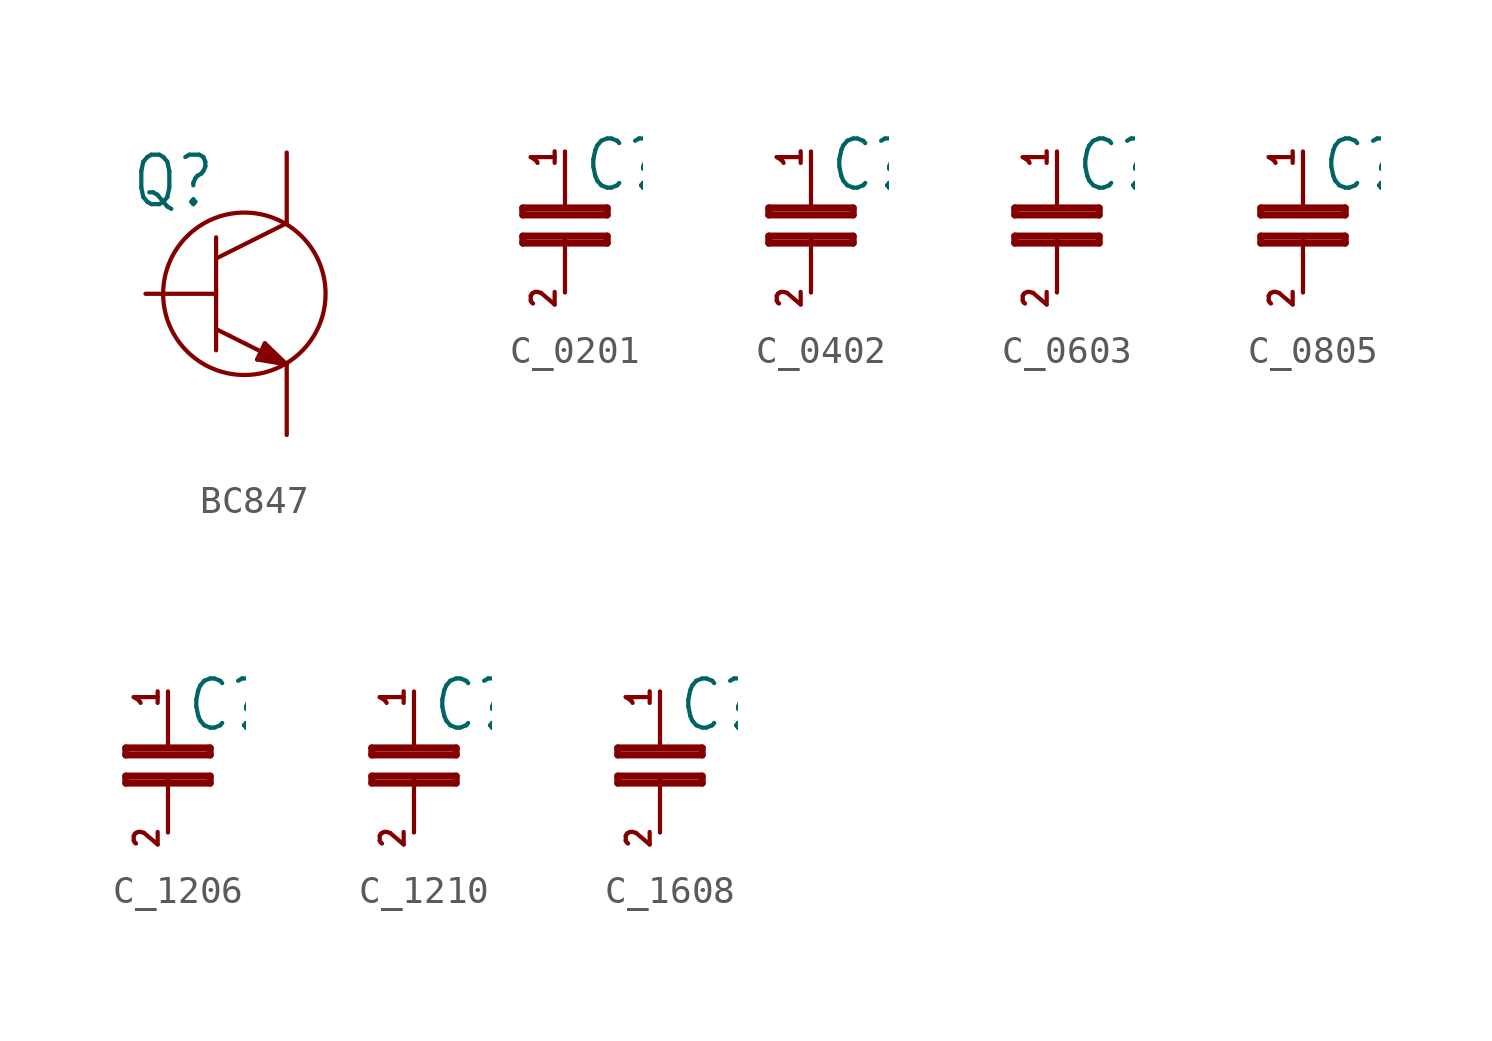
<source format=kicad_sym>
(kicad_symbol_lib
  (version 20241209)
  (generator "kicad_symbol_editor")
  (generator_version "9.0")
  (symbol "BC847"
    (property "Reference" "Q"
      (at 0 5.08 0)
      (effects (font (size 1.778 1.511)) (justify right top)))
    (property "Value" ""
      (at 5.08 5.08 90)
      (effects (font (size 1.778 1.511)) (justify right top)))
    (property "ki_locked" ""
      (at 0 0 0)
      (effects (font (size 1.27 1.27))))
    (symbol "BC847_1_0"
      (polyline (pts (xy 0 2.032) (xy 0 1.27)) (stroke (width 0.152) (type solid)) (fill (type none)))
      (polyline (pts (xy 0 1.27) (xy 0 -1.27)) (stroke (width 0.152) (type solid)) (fill (type none)))
      (polyline (pts (xy 0 -1.27) (xy 0 -2.032)) (stroke (width 0.152) (type solid)) (fill (type none)))
      (polyline (pts (xy 0 -1.27) (xy 2.54 -2.54)) (stroke (width 0.152) (type solid)) (fill (type none)))
      (circle (center 1.016 0) (radius 2.921) (stroke (width 0.152) (type solid)) (fill (type none)))
      (polyline (pts (xy 1.473 -2.362) (xy 1.753 -1.778)) (stroke (width 0.152) (type solid)) (fill (type none)))
      (polyline (pts (xy 1.473 -2.362) (xy 2.54 -2.54)) (stroke (width 0.152) (type solid)) (fill (type none)))
      (polyline (pts (xy 1.6 -2.235) (xy 2.032 -2.337)) (stroke (width 0.152) (type solid)) (fill (type none)))
      (polyline (pts (xy 1.727 -1.956) (xy 2.261 -2.337)) (stroke (width 0.152) (type solid)) (fill (type none)))
      (polyline (pts (xy 1.753 -1.778) (xy 2.54 -2.54)) (stroke (width 0.152) (type solid)) (fill (type none)))
      (polyline (pts (xy 2.54 2.54) (xy 0 1.27)) (stroke (width 0.152) (type solid)) (fill (type none)))
      (pin passive line (at -2.54 0 0) (length 2.54) (name "B" (effects (font (size 0 0)))) (number "1" (effects (font (size 0 0)))))
      (pin passive line (at 2.54 5.08 270) (length 2.54) (name "C" (effects (font (size 0 0)))) (number "3" (effects (font (size 0 0)))))
      (pin passive line (at 2.54 -5.08 90) (length 2.54) (name "E" (effects (font (size 0 0)))) (number "2" (effects (font (size 0 0)))))))
  (symbol "C_0201"
    (property "Reference" "C"
      (at 0.635 1.016 0)
      (effects (font (size 1.778 1.511)) (justify left bottom)))
    (property "Value" ""
      (at 0.508 -2.857 0)
      (effects (font (size 1.778 1.511)) (justify left bottom)))
    (property "ki_locked" ""
      (at 0 0 0)
      (effects (font (size 1.27 1.27))))
    (symbol "C_0201_1_0"
      (polyline (pts (xy -1.524 0.508) (xy -1.524 0.254)) (stroke (width 0.254) (type solid)) (fill (type none)))
      (polyline (pts (xy -1.524 0.254) (xy 1.524 0.254)) (stroke (width 0.254) (type solid)) (fill (type none)))
      (polyline (pts (xy -1.524 -0.508) (xy 1.524 -0.508)) (stroke (width 0.254) (type solid)) (fill (type none)))
      (polyline (pts (xy -1.524 -0.762) (xy -1.524 -0.508)) (stroke (width 0.254) (type solid)) (fill (type none)))
      (polyline (pts (xy 0 2.54) (xy 0 0.635)) (stroke (width 0.152) (type solid)) (fill (type none)))
      (polyline (pts (xy 0 -2.54) (xy 0 -0.635)) (stroke (width 0.152) (type solid)) (fill (type none)))
      (polyline (pts (xy 1.524 0.508) (xy -1.524 0.508)) (stroke (width 0.254) (type solid)) (fill (type none)))
      (polyline (pts (xy 1.524 0.254) (xy 1.524 0.508)) (stroke (width 0.254) (type solid)) (fill (type none)))
      (polyline (pts (xy 1.524 -0.508) (xy 1.524 -0.762)) (stroke (width 0.254) (type solid)) (fill (type none)))
      (polyline (pts (xy 1.524 -0.762) (xy -1.524 -0.762)) (stroke (width 0.254) (type solid)) (fill (type none)))
      (text "1" (at -1.27 2.794 900) (effects (font (size 0.864 0.734)) (justify right top)))
      (text "2" (at -1.27 -2.286 900) (effects (font (size 0.864 0.734)) (justify right top)))
      (pin passive line (at 0 2.54 270) (length 0) (name "1" (effects (font (size 0 0)))) (number "1" (effects (font (size 0 0)))))
      (pin passive line (at 0 -2.54 90) (length 0) (name "2" (effects (font (size 0 0)))) (number "2" (effects (font (size 0 0)))))))
  (symbol "C_0402"
    (property "Reference" "C"
      (at 0.635 1.016 0)
      (effects (font (size 1.778 1.511)) (justify left bottom)))
    (property "Value" ""
      (at 0.508 -2.857 0)
      (effects (font (size 1.778 1.511)) (justify left bottom)))
    (property "ki_locked" ""
      (at 0 0 0)
      (effects (font (size 1.27 1.27))))
    (symbol "C_0402_1_0"
      (polyline (pts (xy -1.524 0.508) (xy -1.524 0.254)) (stroke (width 0.254) (type solid)) (fill (type none)))
      (polyline (pts (xy -1.524 0.254) (xy 1.524 0.254)) (stroke (width 0.254) (type solid)) (fill (type none)))
      (polyline (pts (xy -1.524 -0.508) (xy 1.524 -0.508)) (stroke (width 0.254) (type solid)) (fill (type none)))
      (polyline (pts (xy -1.524 -0.762) (xy -1.524 -0.508)) (stroke (width 0.254) (type solid)) (fill (type none)))
      (polyline (pts (xy 0 2.54) (xy 0 0.635)) (stroke (width 0.152) (type solid)) (fill (type none)))
      (polyline (pts (xy 0 -2.54) (xy 0 -0.635)) (stroke (width 0.152) (type solid)) (fill (type none)))
      (polyline (pts (xy 1.524 0.508) (xy -1.524 0.508)) (stroke (width 0.254) (type solid)) (fill (type none)))
      (polyline (pts (xy 1.524 0.254) (xy 1.524 0.508)) (stroke (width 0.254) (type solid)) (fill (type none)))
      (polyline (pts (xy 1.524 -0.508) (xy 1.524 -0.762)) (stroke (width 0.254) (type solid)) (fill (type none)))
      (polyline (pts (xy 1.524 -0.762) (xy -1.524 -0.762)) (stroke (width 0.254) (type solid)) (fill (type none)))
      (text "1" (at -1.27 2.794 900) (effects (font (size 0.864 0.734)) (justify right top)))
      (text "2" (at -1.27 -2.286 900) (effects (font (size 0.864 0.734)) (justify right top)))
      (pin passive line (at 0 2.54 270) (length 0) (name "1" (effects (font (size 0 0)))) (number "1" (effects (font (size 0 0)))))
      (pin passive line (at 0 -2.54 90) (length 0) (name "2" (effects (font (size 0 0)))) (number "2" (effects (font (size 0 0)))))))
  (symbol "C_0603"
    (property "Reference" "C"
      (at 0.635 1.016 0)
      (effects (font (size 1.778 1.511)) (justify left bottom)))
    (property "Value" ""
      (at 0.508 -2.857 0)
      (effects (font (size 1.778 1.511)) (justify left bottom)))
    (property "ki_locked" ""
      (at 0 0 0)
      (effects (font (size 1.27 1.27))))
    (symbol "C_0603_1_0"
      (polyline (pts (xy -1.524 0.508) (xy -1.524 0.254)) (stroke (width 0.254) (type solid)) (fill (type none)))
      (polyline (pts (xy -1.524 0.254) (xy 1.524 0.254)) (stroke (width 0.254) (type solid)) (fill (type none)))
      (polyline (pts (xy -1.524 -0.508) (xy 1.524 -0.508)) (stroke (width 0.254) (type solid)) (fill (type none)))
      (polyline (pts (xy -1.524 -0.762) (xy -1.524 -0.508)) (stroke (width 0.254) (type solid)) (fill (type none)))
      (polyline (pts (xy 0 2.54) (xy 0 0.635)) (stroke (width 0.152) (type solid)) (fill (type none)))
      (polyline (pts (xy 0 -2.54) (xy 0 -0.635)) (stroke (width 0.152) (type solid)) (fill (type none)))
      (polyline (pts (xy 1.524 0.508) (xy -1.524 0.508)) (stroke (width 0.254) (type solid)) (fill (type none)))
      (polyline (pts (xy 1.524 0.254) (xy 1.524 0.508)) (stroke (width 0.254) (type solid)) (fill (type none)))
      (polyline (pts (xy 1.524 -0.508) (xy 1.524 -0.762)) (stroke (width 0.254) (type solid)) (fill (type none)))
      (polyline (pts (xy 1.524 -0.762) (xy -1.524 -0.762)) (stroke (width 0.254) (type solid)) (fill (type none)))
      (text "1" (at -1.27 2.794 900) (effects (font (size 0.864 0.734)) (justify right top)))
      (text "2" (at -1.27 -2.286 900) (effects (font (size 0.864 0.734)) (justify right top)))
      (pin passive line (at 0 2.54 270) (length 0) (name "1" (effects (font (size 0 0)))) (number "1" (effects (font (size 0 0)))))
      (pin passive line (at 0 -2.54 90) (length 0) (name "2" (effects (font (size 0 0)))) (number "2" (effects (font (size 0 0)))))))
  (symbol "C_0805"
    (property "Reference" "C"
      (at 0.635 1.016 0)
      (effects (font (size 1.778 1.511)) (justify left bottom)))
    (property "Value" ""
      (at 0.508 -2.857 0)
      (effects (font (size 1.778 1.511)) (justify left bottom)))
    (property "ki_locked" ""
      (at 0 0 0)
      (effects (font (size 1.27 1.27))))
    (symbol "C_0805_1_0"
      (polyline (pts (xy -1.524 0.508) (xy -1.524 0.254)) (stroke (width 0.254) (type solid)) (fill (type none)))
      (polyline (pts (xy -1.524 0.254) (xy 1.524 0.254)) (stroke (width 0.254) (type solid)) (fill (type none)))
      (polyline (pts (xy -1.524 -0.508) (xy 1.524 -0.508)) (stroke (width 0.254) (type solid)) (fill (type none)))
      (polyline (pts (xy -1.524 -0.762) (xy -1.524 -0.508)) (stroke (width 0.254) (type solid)) (fill (type none)))
      (polyline (pts (xy 0 2.54) (xy 0 0.635)) (stroke (width 0.152) (type solid)) (fill (type none)))
      (polyline (pts (xy 0 -2.54) (xy 0 -0.635)) (stroke (width 0.152) (type solid)) (fill (type none)))
      (polyline (pts (xy 1.524 0.508) (xy -1.524 0.508)) (stroke (width 0.254) (type solid)) (fill (type none)))
      (polyline (pts (xy 1.524 0.254) (xy 1.524 0.508)) (stroke (width 0.254) (type solid)) (fill (type none)))
      (polyline (pts (xy 1.524 -0.508) (xy 1.524 -0.762)) (stroke (width 0.254) (type solid)) (fill (type none)))
      (polyline (pts (xy 1.524 -0.762) (xy -1.524 -0.762)) (stroke (width 0.254) (type solid)) (fill (type none)))
      (text "1" (at -1.27 2.794 900) (effects (font (size 0.864 0.734)) (justify right top)))
      (text "2" (at -1.27 -2.286 900) (effects (font (size 0.864 0.734)) (justify right top)))
      (pin passive line (at 0 2.54 270) (length 0) (name "1" (effects (font (size 0 0)))) (number "1" (effects (font (size 0 0)))))
      (pin passive line (at 0 -2.54 90) (length 0) (name "2" (effects (font (size 0 0)))) (number "2" (effects (font (size 0 0)))))))
  (symbol "C_1206"
    (property "Reference" "C"
      (at 0.635 1.016 0)
      (effects (font (size 1.778 1.511)) (justify left bottom)))
    (property "Value" ""
      (at 0.508 -2.857 0)
      (effects (font (size 1.778 1.511)) (justify left bottom)))
    (property "ki_locked" ""
      (at 0 0 0)
      (effects (font (size 1.27 1.27))))
    (symbol "C_1206_1_0"
      (polyline (pts (xy -1.524 0.508) (xy -1.524 0.254)) (stroke (width 0.254) (type solid)) (fill (type none)))
      (polyline (pts (xy -1.524 0.254) (xy 1.524 0.254)) (stroke (width 0.254) (type solid)) (fill (type none)))
      (polyline (pts (xy -1.524 -0.508) (xy 1.524 -0.508)) (stroke (width 0.254) (type solid)) (fill (type none)))
      (polyline (pts (xy -1.524 -0.762) (xy -1.524 -0.508)) (stroke (width 0.254) (type solid)) (fill (type none)))
      (polyline (pts (xy 0 2.54) (xy 0 0.635)) (stroke (width 0.152) (type solid)) (fill (type none)))
      (polyline (pts (xy 0 -2.54) (xy 0 -0.635)) (stroke (width 0.152) (type solid)) (fill (type none)))
      (polyline (pts (xy 1.524 0.508) (xy -1.524 0.508)) (stroke (width 0.254) (type solid)) (fill (type none)))
      (polyline (pts (xy 1.524 0.254) (xy 1.524 0.508)) (stroke (width 0.254) (type solid)) (fill (type none)))
      (polyline (pts (xy 1.524 -0.508) (xy 1.524 -0.762)) (stroke (width 0.254) (type solid)) (fill (type none)))
      (polyline (pts (xy 1.524 -0.762) (xy -1.524 -0.762)) (stroke (width 0.254) (type solid)) (fill (type none)))
      (text "1" (at -1.27 2.794 900) (effects (font (size 0.864 0.734)) (justify right top)))
      (text "2" (at -1.27 -2.286 900) (effects (font (size 0.864 0.734)) (justify right top)))
      (pin passive line (at 0 2.54 270) (length 0) (name "1" (effects (font (size 0 0)))) (number "1" (effects (font (size 0 0)))))
      (pin passive line (at 0 -2.54 90) (length 0) (name "2" (effects (font (size 0 0)))) (number "2" (effects (font (size 0 0)))))))
  (symbol "C_1210"
    (property "Reference" "C"
      (at 0.635 1.016 0)
      (effects (font (size 1.778 1.511)) (justify left bottom)))
    (property "Value" ""
      (at 0.508 -2.857 0)
      (effects (font (size 1.778 1.511)) (justify left bottom)))
    (property "ki_locked" ""
      (at 0 0 0)
      (effects (font (size 1.27 1.27))))
    (symbol "C_1210_1_0"
      (polyline (pts (xy -1.524 0.508) (xy -1.524 0.254)) (stroke (width 0.254) (type solid)) (fill (type none)))
      (polyline (pts (xy -1.524 0.254) (xy 1.524 0.254)) (stroke (width 0.254) (type solid)) (fill (type none)))
      (polyline (pts (xy -1.524 -0.508) (xy 1.524 -0.508)) (stroke (width 0.254) (type solid)) (fill (type none)))
      (polyline (pts (xy -1.524 -0.762) (xy -1.524 -0.508)) (stroke (width 0.254) (type solid)) (fill (type none)))
      (polyline (pts (xy 0 2.54) (xy 0 0.635)) (stroke (width 0.152) (type solid)) (fill (type none)))
      (polyline (pts (xy 0 -2.54) (xy 0 -0.635)) (stroke (width 0.152) (type solid)) (fill (type none)))
      (polyline (pts (xy 1.524 0.508) (xy -1.524 0.508)) (stroke (width 0.254) (type solid)) (fill (type none)))
      (polyline (pts (xy 1.524 0.254) (xy 1.524 0.508)) (stroke (width 0.254) (type solid)) (fill (type none)))
      (polyline (pts (xy 1.524 -0.508) (xy 1.524 -0.762)) (stroke (width 0.254) (type solid)) (fill (type none)))
      (polyline (pts (xy 1.524 -0.762) (xy -1.524 -0.762)) (stroke (width 0.254) (type solid)) (fill (type none)))
      (text "1" (at -1.27 2.794 900) (effects (font (size 0.864 0.734)) (justify right top)))
      (text "2" (at -1.27 -2.286 900) (effects (font (size 0.864 0.734)) (justify right top)))
      (pin passive line (at 0 2.54 270) (length 0) (name "1" (effects (font (size 0 0)))) (number "1" (effects (font (size 0 0)))))
      (pin passive line (at 0 -2.54 90) (length 0) (name "2" (effects (font (size 0 0)))) (number "2" (effects (font (size 0 0)))))))
  (symbol "C_1608"
    (property "Reference" "C"
      (at 0.635 1.016 0)
      (effects (font (size 1.778 1.511)) (justify left bottom)))
    (property "Value" ""
      (at 0.508 -2.857 0)
      (effects (font (size 1.778 1.511)) (justify left bottom)))
    (property "ki_locked" ""
      (at 0 0 0)
      (effects (font (size 1.27 1.27))))
    (symbol "C_1608_1_0"
      (polyline (pts (xy -1.524 0.508) (xy -1.524 0.254)) (stroke (width 0.254) (type solid)) (fill (type none)))
      (polyline (pts (xy -1.524 0.254) (xy 1.524 0.254)) (stroke (width 0.254) (type solid)) (fill (type none)))
      (polyline (pts (xy -1.524 -0.508) (xy 1.524 -0.508)) (stroke (width 0.254) (type solid)) (fill (type none)))
      (polyline (pts (xy -1.524 -0.762) (xy -1.524 -0.508)) (stroke (width 0.254) (type solid)) (fill (type none)))
      (polyline (pts (xy 0 2.54) (xy 0 0.635)) (stroke (width 0.152) (type solid)) (fill (type none)))
      (polyline (pts (xy 0 -2.54) (xy 0 -0.635)) (stroke (width 0.152) (type solid)) (fill (type none)))
      (polyline (pts (xy 1.524 0.508) (xy -1.524 0.508)) (stroke (width 0.254) (type solid)) (fill (type none)))
      (polyline (pts (xy 1.524 0.254) (xy 1.524 0.508)) (stroke (width 0.254) (type solid)) (fill (type none)))
      (polyline (pts (xy 1.524 -0.508) (xy 1.524 -0.762)) (stroke (width 0.254) (type solid)) (fill (type none)))
      (polyline (pts (xy 1.524 -0.762) (xy -1.524 -0.762)) (stroke (width 0.254) (type solid)) (fill (type none)))
      (text "1" (at -1.27 2.794 900) (effects (font (size 0.864 0.734)) (justify right top)))
      (text "2" (at -1.27 -2.286 900) (effects (font (size 0.864 0.734)) (justify right top)))
      (pin passive line (at 0 2.54 270) (length 0) (name "1" (effects (font (size 0 0)))) (number "1" (effects (font (size 0 0)))))
      (pin passive line (at 0 -2.54 90) (length 0) (name "2" (effects (font (size 0 0)))) (number "2" (effects (font (size 0 0))))))))
</source>
